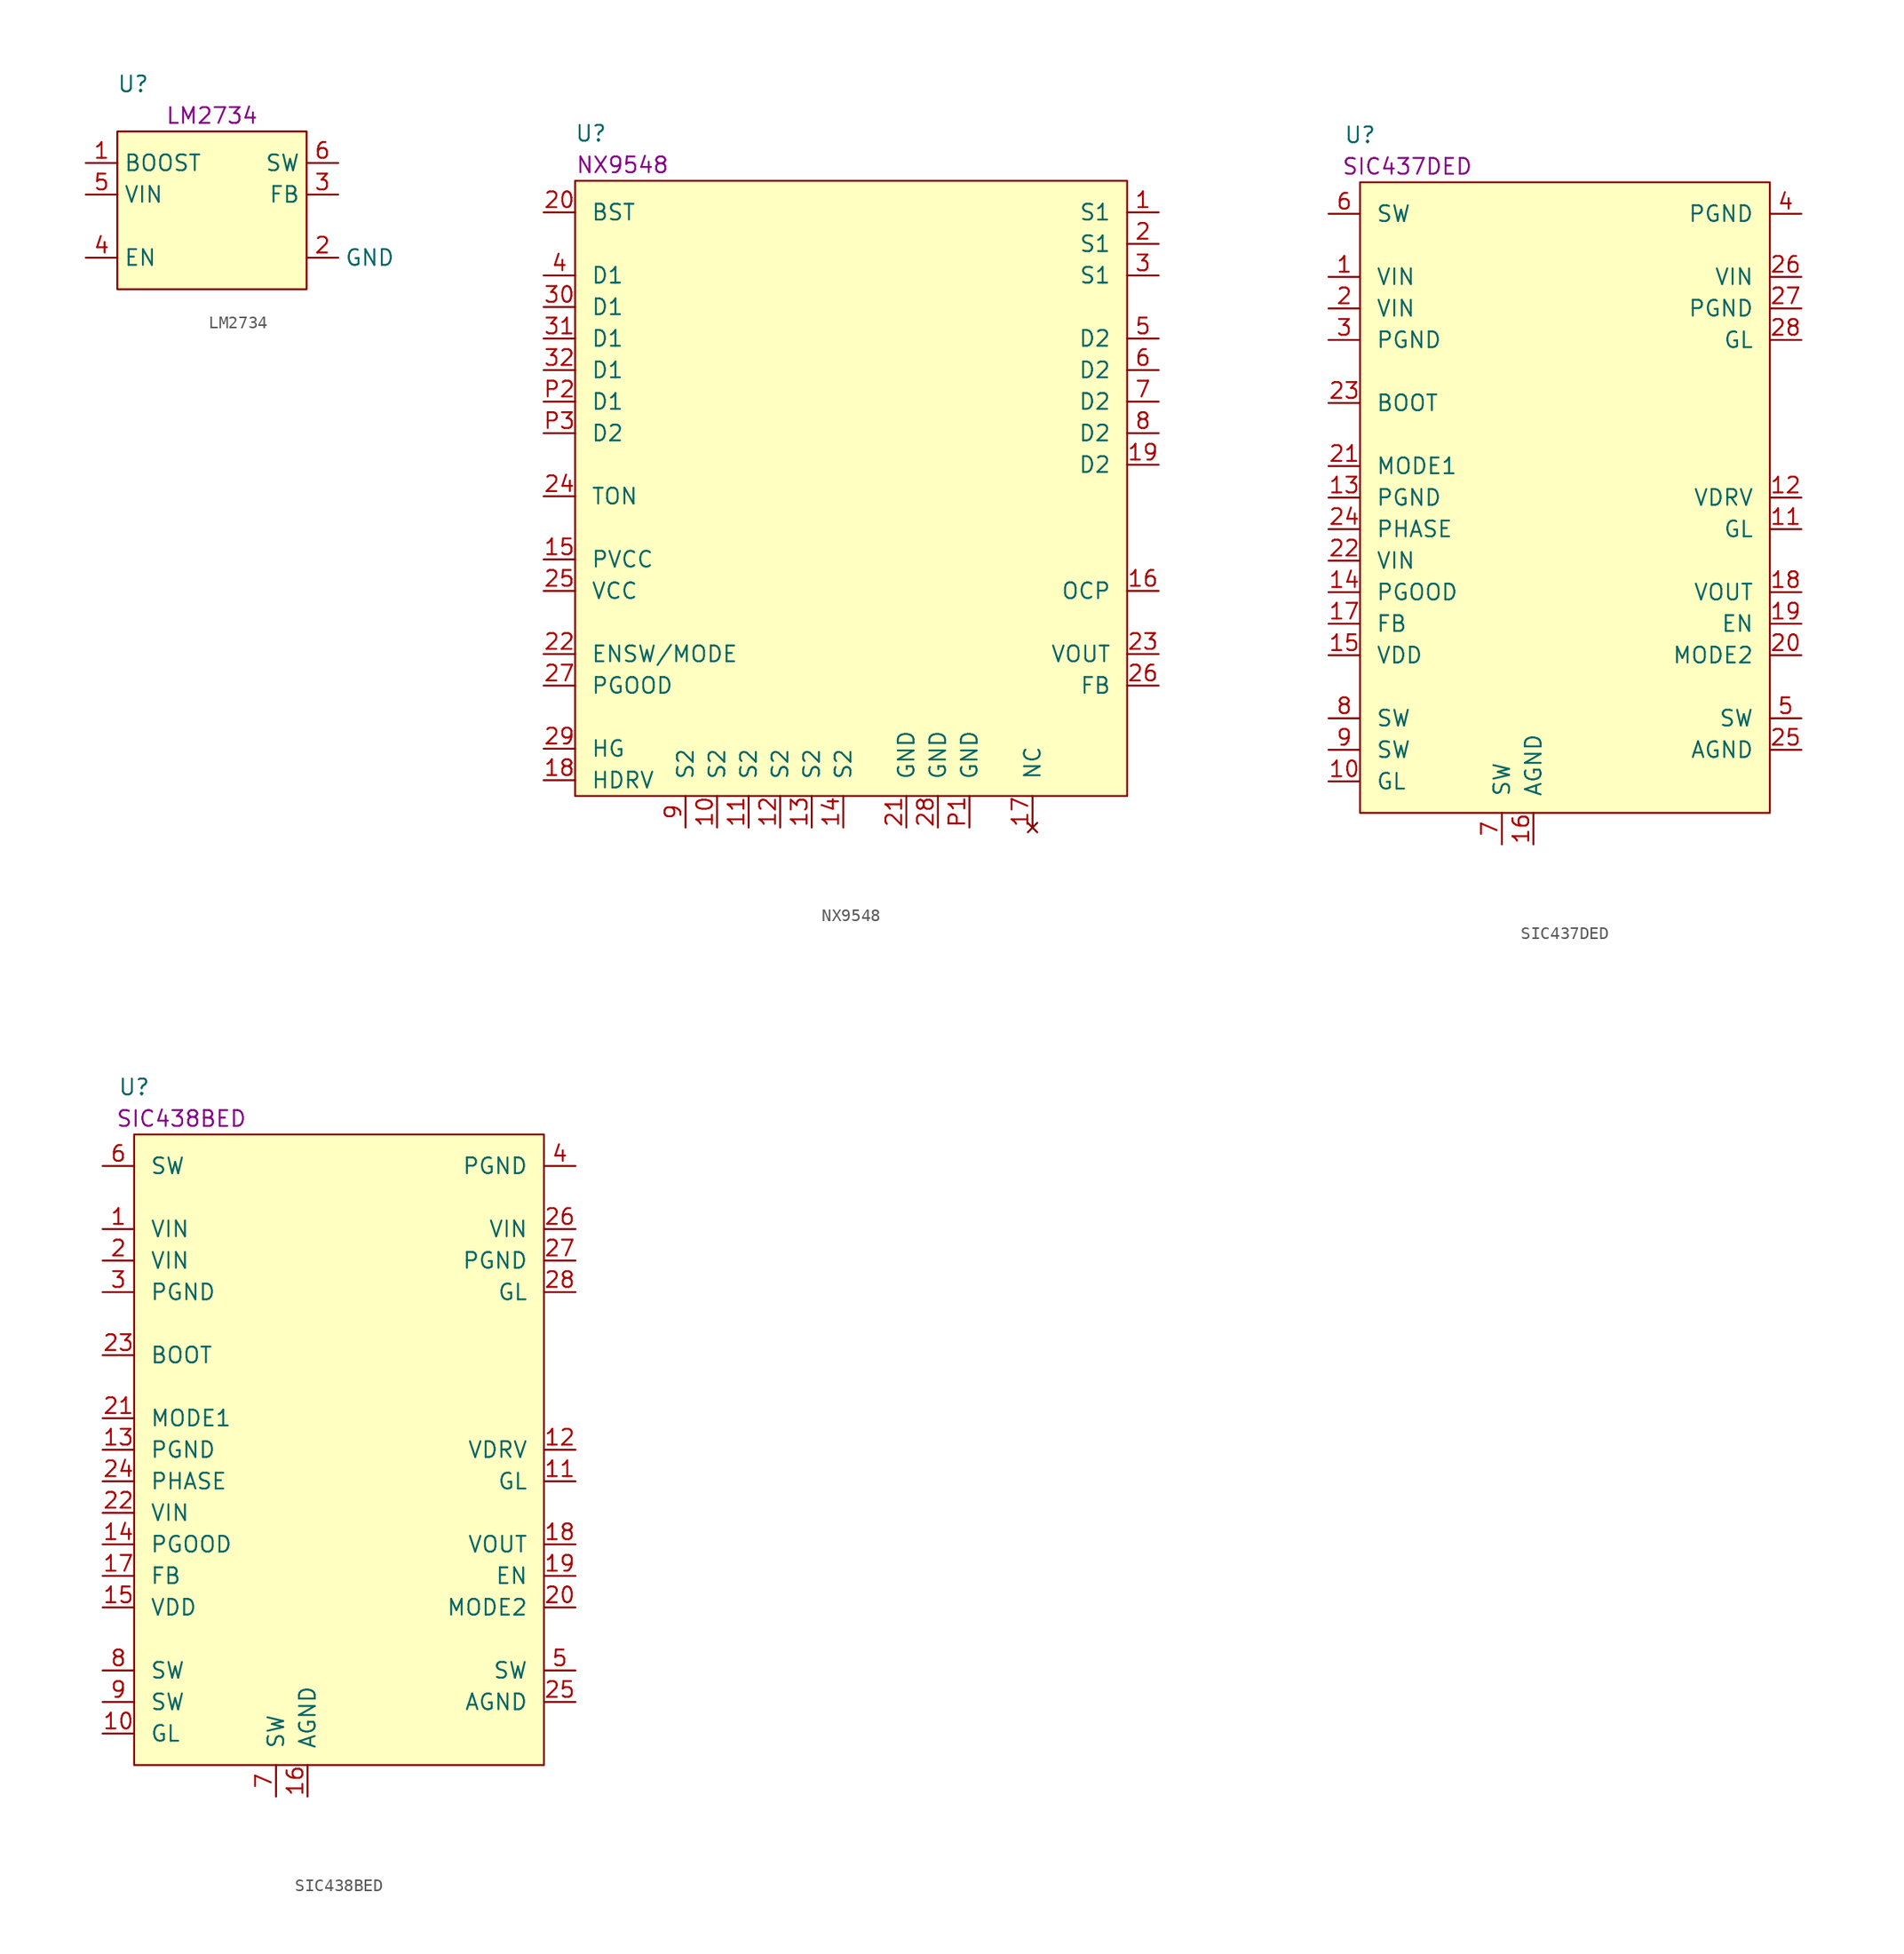
<source format=kicad_sym>
(kicad_symbol_lib
  (version 20211014)
  (generator kicad_symbol_editor)
  (symbol "LM2734"
    (property "Reference" "U"
      (at 3.81 6.35 0)
      (effects (font (size 1.27 1.27))))
    (property "P/N" "LM2734"
      (at 10.16 3.81 0)
      (effects (font (size 1.27 1.27))))
    (symbol "LM2734_0_0"
      (pin passive line (at 0 0 0) (length 2.54) (name "BOOST" (effects (font (size 1.27 1.27)))) (number "1" (effects (font (size 1.27 1.27)))))
      (pin power_in line (at 17.78 -7.62 0) (length 2.54) (name "GND" (effects (font (size 1.27 1.27)))) (number "2" (effects (font (size 1.27 1.27)))))
      (pin passive line (at 20.32 -2.54 180) (length 2.54) (name "FB" (effects (font (size 1.27 1.27)))) (number "3" (effects (font (size 1.27 1.27)))))
      (pin passive line (at 0 -7.62 0) (length 2.54) (name "EN" (effects (font (size 1.27 1.27)))) (number "4" (effects (font (size 1.27 1.27)))))
      (pin power_in line (at 0 -2.54 0) (length 2.54) (name "VIN" (effects (font (size 1.27 1.27)))) (number "5" (effects (font (size 1.27 1.27)))))
      (pin power_out line (at 20.32 0 180) (length 2.54) (name "SW" (effects (font (size 1.27 1.27)))) (number "6" (effects (font (size 1.27 1.27))))))
    (symbol "LM2734_0_1"
      (rectangle (start 2.54 2.54) (end 17.78 -10.16) (stroke (width 0) (type default) (color 0 0 0 0)) (fill (type background)))))
  (symbol "NX9548"
    (pin_names
      (offset 1.27))
    (property "Reference" "U"
      (at 3.81 6.35 0)
      (effects (font (size 1.27 1.27))))
    (property "P/N" "NX9548"
      (at 6.35 3.81 0)
      (effects (font (size 1.27 1.27))))
    (symbol "NX9548_0_0"
      (pin passive line (at 49.53 0 180) (length 2.54) (name "S1" (effects (font (size 1.27 1.27)))) (number "1" (effects (font (size 1.27 1.27)))))
      (pin power_in line (at 13.97 -49.53 90) (length 2.54) (name "S2" (effects (font (size 1.27 1.27)))) (number "10" (effects (font (size 1.27 1.27)))))
      (pin power_in line (at 16.51 -49.53 90) (length 2.54) (name "S2" (effects (font (size 1.27 1.27)))) (number "11" (effects (font (size 1.27 1.27)))))
      (pin power_in line (at 19.05 -49.53 90) (length 2.54) (name "S2" (effects (font (size 1.27 1.27)))) (number "12" (effects (font (size 1.27 1.27)))))
      (pin power_in line (at 21.59 -49.53 90) (length 2.54) (name "S2" (effects (font (size 1.27 1.27)))) (number "13" (effects (font (size 1.27 1.27)))))
      (pin power_in line (at 24.13 -49.53 90) (length 2.54) (name "S2" (effects (font (size 1.27 1.27)))) (number "14" (effects (font (size 1.27 1.27)))))
      (pin power_in line (at 0 -27.94 0) (length 2.54) (name "PVCC" (effects (font (size 1.27 1.27)))) (number "15" (effects (font (size 1.27 1.27)))))
      (pin passive line (at 49.53 -30.48 180) (length 2.54) (name "OCP" (effects (font (size 1.27 1.27)))) (number "16" (effects (font (size 1.27 1.27)))))
      (pin no_connect line (at 39.37 -49.53 90) (length 2.54) (name "NC" (effects (font (size 1.27 1.27)))) (number "17" (effects (font (size 1.27 1.27)))))
      (pin passive line (at 0 -45.72 0) (length 2.54) (name "HDRV" (effects (font (size 1.27 1.27)))) (number "18" (effects (font (size 1.27 1.27)))))
      (pin passive line (at 49.53 -20.32 180) (length 2.54) (name "D2" (effects (font (size 1.27 1.27)))) (number "19" (effects (font (size 1.27 1.27)))))
      (pin passive line (at 49.53 -2.54 180) (length 2.54) (name "S1" (effects (font (size 1.27 1.27)))) (number "2" (effects (font (size 1.27 1.27)))))
      (pin passive line (at 0 0 0) (length 2.54) (name "BST" (effects (font (size 1.27 1.27)))) (number "20" (effects (font (size 1.27 1.27)))))
      (pin passive line (at 29.21 -49.53 90) (length 2.54) (name "GND" (effects (font (size 1.27 1.27)))) (number "21" (effects (font (size 1.27 1.27)))))
      (pin passive line (at 0 -35.56 0) (length 2.54) (name "ENSW/MODE" (effects (font (size 1.27 1.27)))) (number "22" (effects (font (size 1.27 1.27)))))
      (pin passive line (at 49.53 -35.56 180) (length 2.54) (name "VOUT" (effects (font (size 1.27 1.27)))) (number "23" (effects (font (size 1.27 1.27)))))
      (pin passive line (at 0 -22.86 0) (length 2.54) (name "TON" (effects (font (size 1.27 1.27)))) (number "24" (effects (font (size 1.27 1.27)))))
      (pin power_out line (at 0 -30.48 0) (length 2.54) (name "VCC" (effects (font (size 1.27 1.27)))) (number "25" (effects (font (size 1.27 1.27)))))
      (pin passive line (at 49.53 -38.1 180) (length 2.54) (name "FB" (effects (font (size 1.27 1.27)))) (number "26" (effects (font (size 1.27 1.27)))))
      (pin passive line (at 0 -38.1 0) (length 2.54) (name "PGOOD" (effects (font (size 1.27 1.27)))) (number "27" (effects (font (size 1.27 1.27)))))
      (pin passive line (at 31.75 -49.53 90) (length 2.54) (name "GND" (effects (font (size 1.27 1.27)))) (number "28" (effects (font (size 1.27 1.27)))))
      (pin passive line (at 0 -43.18 0) (length 2.54) (name "HG" (effects (font (size 1.27 1.27)))) (number "29" (effects (font (size 1.27 1.27)))))
      (pin passive line (at 49.53 -5.08 180) (length 2.54) (name "S1" (effects (font (size 1.27 1.27)))) (number "3" (effects (font (size 1.27 1.27)))))
      (pin passive line (at 0 -7.62 0) (length 2.54) (name "D1" (effects (font (size 1.27 1.27)))) (number "30" (effects (font (size 1.27 1.27)))))
      (pin passive line (at 0 -10.16 0) (length 2.54) (name "D1" (effects (font (size 1.27 1.27)))) (number "31" (effects (font (size 1.27 1.27)))))
      (pin passive line (at 0 -12.7 0) (length 2.54) (name "D1" (effects (font (size 1.27 1.27)))) (number "32" (effects (font (size 1.27 1.27)))))
      (pin passive line (at 0 -5.08 0) (length 2.54) (name "D1" (effects (font (size 1.27 1.27)))) (number "4" (effects (font (size 1.27 1.27)))))
      (pin passive line (at 49.53 -10.16 180) (length 2.54) (name "D2" (effects (font (size 1.27 1.27)))) (number "5" (effects (font (size 1.27 1.27)))))
      (pin passive line (at 49.53 -12.7 180) (length 2.54) (name "D2" (effects (font (size 1.27 1.27)))) (number "6" (effects (font (size 1.27 1.27)))))
      (pin passive line (at 49.53 -15.24 180) (length 2.54) (name "D2" (effects (font (size 1.27 1.27)))) (number "7" (effects (font (size 1.27 1.27)))))
      (pin passive line (at 49.53 -17.78 180) (length 2.54) (name "D2" (effects (font (size 1.27 1.27)))) (number "8" (effects (font (size 1.27 1.27)))))
      (pin power_in line (at 11.43 -49.53 90) (length 2.54) (name "S2" (effects (font (size 1.27 1.27)))) (number "9" (effects (font (size 1.27 1.27)))))
      (pin passive line (at 34.29 -49.53 90) (length 2.54) (name "GND" (effects (font (size 1.27 1.27)))) (number "P1" (effects (font (size 1.27 1.27)))))
      (pin passive line (at 0 -15.24 0) (length 2.54) (name "D1" (effects (font (size 1.27 1.27)))) (number "P2" (effects (font (size 1.27 1.27)))))
      (pin passive line (at 0 -17.78 0) (length 2.54) (name "D2" (effects (font (size 1.27 1.27)))) (number "P3" (effects (font (size 1.27 1.27))))))
    (symbol "NX9548_0_1"
      (rectangle (start 2.54 2.54) (end 46.99 -46.99) (stroke (width 0) (type default) (color 0 0 0 0)) (fill (type background)))))
  (symbol "SIC437DED"
    (pin_names
      (offset 1.27))
    (property "Reference" "U"
      (at 2.54 6.35 0)
      (effects (font (size 1.27 1.27))))
    (property "P/N" "SIC437DED"
      (at 6.35 3.81 0)
      (effects (font (size 1.27 1.27))))
    (symbol "SIC437DED_0_0"
      (pin power_in line (at 0 -5.08 0) (length 2.54) (name "VIN" (effects (font (size 1.27 1.27)))) (number "1" (effects (font (size 1.27 1.27)))))
      (pin passive line (at 0 -45.72 0) (length 2.54) (name "GL" (effects (font (size 1.27 1.27)))) (number "10" (effects (font (size 1.27 1.27)))))
      (pin passive line (at 38.1 -25.4 180) (length 2.54) (name "GL" (effects (font (size 1.27 1.27)))) (number "11" (effects (font (size 1.27 1.27)))))
      (pin passive line (at 38.1 -22.86 180) (length 2.54) (name "VDRV" (effects (font (size 1.27 1.27)))) (number "12" (effects (font (size 1.27 1.27)))))
      (pin power_in line (at 0 -22.86 0) (length 2.54) (name "PGND" (effects (font (size 1.27 1.27)))) (number "13" (effects (font (size 1.27 1.27)))))
      (pin output line (at 0 -30.48 0) (length 2.54) (name "PGOOD" (effects (font (size 1.27 1.27)))) (number "14" (effects (font (size 1.27 1.27)))))
      (pin passive line (at 0 -35.56 0) (length 2.54) (name "VDD" (effects (font (size 1.27 1.27)))) (number "15" (effects (font (size 1.27 1.27)))))
      (pin power_in line (at 16.51 -50.8 90) (length 2.54) (name "AGND" (effects (font (size 1.27 1.27)))) (number "16" (effects (font (size 1.27 1.27)))))
      (pin passive line (at 0 -33.02 0) (length 2.54) (name "FB" (effects (font (size 1.27 1.27)))) (number "17" (effects (font (size 1.27 1.27)))))
      (pin passive line (at 38.1 -30.48 180) (length 2.54) (name "VOUT" (effects (font (size 1.27 1.27)))) (number "18" (effects (font (size 1.27 1.27)))))
      (pin passive line (at 38.1 -33.02 180) (length 2.54) (name "EN" (effects (font (size 1.27 1.27)))) (number "19" (effects (font (size 1.27 1.27)))))
      (pin power_in line (at 0 -7.62 0) (length 2.54) (name "VIN" (effects (font (size 1.27 1.27)))) (number "2" (effects (font (size 1.27 1.27)))))
      (pin passive line (at 38.1 -35.56 180) (length 2.54) (name "MODE2" (effects (font (size 1.27 1.27)))) (number "20" (effects (font (size 1.27 1.27)))))
      (pin passive line (at 0 -20.32 0) (length 2.54) (name "MODE1" (effects (font (size 1.27 1.27)))) (number "21" (effects (font (size 1.27 1.27)))))
      (pin power_in line (at 0 -27.94 0) (length 2.54) (name "VIN" (effects (font (size 1.27 1.27)))) (number "22" (effects (font (size 1.27 1.27)))))
      (pin passive line (at 0 -15.24 0) (length 2.54) (name "BOOT" (effects (font (size 1.27 1.27)))) (number "23" (effects (font (size 1.27 1.27)))))
      (pin passive line (at 0 -25.4 0) (length 2.54) (name "PHASE" (effects (font (size 1.27 1.27)))) (number "24" (effects (font (size 1.27 1.27)))))
      (pin power_in line (at 38.1 -43.18 180) (length 2.54) (name "AGND" (effects (font (size 1.27 1.27)))) (number "25" (effects (font (size 1.27 1.27)))))
      (pin power_in line (at 38.1 -5.08 180) (length 2.54) (name "VIN" (effects (font (size 1.27 1.27)))) (number "26" (effects (font (size 1.27 1.27)))))
      (pin power_in line (at 38.1 -7.62 180) (length 2.54) (name "PGND" (effects (font (size 1.27 1.27)))) (number "27" (effects (font (size 1.27 1.27)))))
      (pin passive line (at 38.1 -10.16 180) (length 2.54) (name "GL" (effects (font (size 1.27 1.27)))) (number "28" (effects (font (size 1.27 1.27)))))
      (pin power_in line (at 0 -10.16 0) (length 2.54) (name "PGND" (effects (font (size 1.27 1.27)))) (number "3" (effects (font (size 1.27 1.27)))))
      (pin power_in line (at 38.1 0 180) (length 2.54) (name "PGND" (effects (font (size 1.27 1.27)))) (number "4" (effects (font (size 1.27 1.27)))))
      (pin power_out line (at 38.1 -40.64 180) (length 2.54) (name "SW" (effects (font (size 1.27 1.27)))) (number "5" (effects (font (size 1.27 1.27)))))
      (pin power_out line (at 0 0 0) (length 2.54) (name "SW" (effects (font (size 1.27 1.27)))) (number "6" (effects (font (size 1.27 1.27)))))
      (pin power_out line (at 13.97 -50.8 90) (length 2.54) (name "SW" (effects (font (size 1.27 1.27)))) (number "7" (effects (font (size 1.27 1.27)))))
      (pin power_out line (at 0 -40.64 0) (length 2.54) (name "SW" (effects (font (size 1.27 1.27)))) (number "8" (effects (font (size 1.27 1.27)))))
      (pin power_out line (at 0 -43.18 0) (length 2.54) (name "SW" (effects (font (size 1.27 1.27)))) (number "9" (effects (font (size 1.27 1.27))))))
    (symbol "SIC437DED_0_1"
      (rectangle (start 2.54 2.54) (end 35.56 -48.26) (stroke (width 0) (type default) (color 0 0 0 0)) (fill (type background)))))
  (symbol "SIC438BED"
    (pin_names
      (offset 1.27))
    (property "Reference" "U"
      (at 2.54 6.35 0)
      (effects (font (size 1.27 1.27))))
    (property "P/N" "SIC438BED"
      (at 6.35 3.81 0)
      (effects (font (size 1.27 1.27))))
    (symbol "SIC438BED_0_0"
      (pin power_in line (at 0 -5.08 0) (length 2.54) (name "VIN" (effects (font (size 1.27 1.27)))) (number "1" (effects (font (size 1.27 1.27)))))
      (pin passive line (at 0 -45.72 0) (length 2.54) (name "GL" (effects (font (size 1.27 1.27)))) (number "10" (effects (font (size 1.27 1.27)))))
      (pin passive line (at 38.1 -25.4 180) (length 2.54) (name "GL" (effects (font (size 1.27 1.27)))) (number "11" (effects (font (size 1.27 1.27)))))
      (pin passive line (at 38.1 -22.86 180) (length 2.54) (name "VDRV" (effects (font (size 1.27 1.27)))) (number "12" (effects (font (size 1.27 1.27)))))
      (pin power_in line (at 0 -22.86 0) (length 2.54) (name "PGND" (effects (font (size 1.27 1.27)))) (number "13" (effects (font (size 1.27 1.27)))))
      (pin output line (at 0 -30.48 0) (length 2.54) (name "PGOOD" (effects (font (size 1.27 1.27)))) (number "14" (effects (font (size 1.27 1.27)))))
      (pin passive line (at 0 -35.56 0) (length 2.54) (name "VDD" (effects (font (size 1.27 1.27)))) (number "15" (effects (font (size 1.27 1.27)))))
      (pin power_in line (at 16.51 -50.8 90) (length 2.54) (name "AGND" (effects (font (size 1.27 1.27)))) (number "16" (effects (font (size 1.27 1.27)))))
      (pin passive line (at 0 -33.02 0) (length 2.54) (name "FB" (effects (font (size 1.27 1.27)))) (number "17" (effects (font (size 1.27 1.27)))))
      (pin passive line (at 38.1 -30.48 180) (length 2.54) (name "VOUT" (effects (font (size 1.27 1.27)))) (number "18" (effects (font (size 1.27 1.27)))))
      (pin passive line (at 38.1 -33.02 180) (length 2.54) (name "EN" (effects (font (size 1.27 1.27)))) (number "19" (effects (font (size 1.27 1.27)))))
      (pin power_in line (at 0 -7.62 0) (length 2.54) (name "VIN" (effects (font (size 1.27 1.27)))) (number "2" (effects (font (size 1.27 1.27)))))
      (pin passive line (at 38.1 -35.56 180) (length 2.54) (name "MODE2" (effects (font (size 1.27 1.27)))) (number "20" (effects (font (size 1.27 1.27)))))
      (pin passive line (at 0 -20.32 0) (length 2.54) (name "MODE1" (effects (font (size 1.27 1.27)))) (number "21" (effects (font (size 1.27 1.27)))))
      (pin power_in line (at 0 -27.94 0) (length 2.54) (name "VIN" (effects (font (size 1.27 1.27)))) (number "22" (effects (font (size 1.27 1.27)))))
      (pin passive line (at 0 -15.24 0) (length 2.54) (name "BOOT" (effects (font (size 1.27 1.27)))) (number "23" (effects (font (size 1.27 1.27)))))
      (pin passive line (at 0 -25.4 0) (length 2.54) (name "PHASE" (effects (font (size 1.27 1.27)))) (number "24" (effects (font (size 1.27 1.27)))))
      (pin power_in line (at 38.1 -43.18 180) (length 2.54) (name "AGND" (effects (font (size 1.27 1.27)))) (number "25" (effects (font (size 1.27 1.27)))))
      (pin power_in line (at 38.1 -5.08 180) (length 2.54) (name "VIN" (effects (font (size 1.27 1.27)))) (number "26" (effects (font (size 1.27 1.27)))))
      (pin power_in line (at 38.1 -7.62 180) (length 2.54) (name "PGND" (effects (font (size 1.27 1.27)))) (number "27" (effects (font (size 1.27 1.27)))))
      (pin passive line (at 38.1 -10.16 180) (length 2.54) (name "GL" (effects (font (size 1.27 1.27)))) (number "28" (effects (font (size 1.27 1.27)))))
      (pin power_in line (at 0 -10.16 0) (length 2.54) (name "PGND" (effects (font (size 1.27 1.27)))) (number "3" (effects (font (size 1.27 1.27)))))
      (pin power_in line (at 38.1 0 180) (length 2.54) (name "PGND" (effects (font (size 1.27 1.27)))) (number "4" (effects (font (size 1.27 1.27)))))
      (pin power_out line (at 38.1 -40.64 180) (length 2.54) (name "SW" (effects (font (size 1.27 1.27)))) (number "5" (effects (font (size 1.27 1.27)))))
      (pin power_out line (at 0 0 0) (length 2.54) (name "SW" (effects (font (size 1.27 1.27)))) (number "6" (effects (font (size 1.27 1.27)))))
      (pin power_out line (at 13.97 -50.8 90) (length 2.54) (name "SW" (effects (font (size 1.27 1.27)))) (number "7" (effects (font (size 1.27 1.27)))))
      (pin power_out line (at 0 -40.64 0) (length 2.54) (name "SW" (effects (font (size 1.27 1.27)))) (number "8" (effects (font (size 1.27 1.27)))))
      (pin power_out line (at 0 -43.18 0) (length 2.54) (name "SW" (effects (font (size 1.27 1.27)))) (number "9" (effects (font (size 1.27 1.27))))))
    (symbol "SIC438BED_0_1"
      (rectangle (start 2.54 2.54) (end 35.56 -48.26) (stroke (width 0) (type default) (color 0 0 0 0)) (fill (type background))))))
</source>
